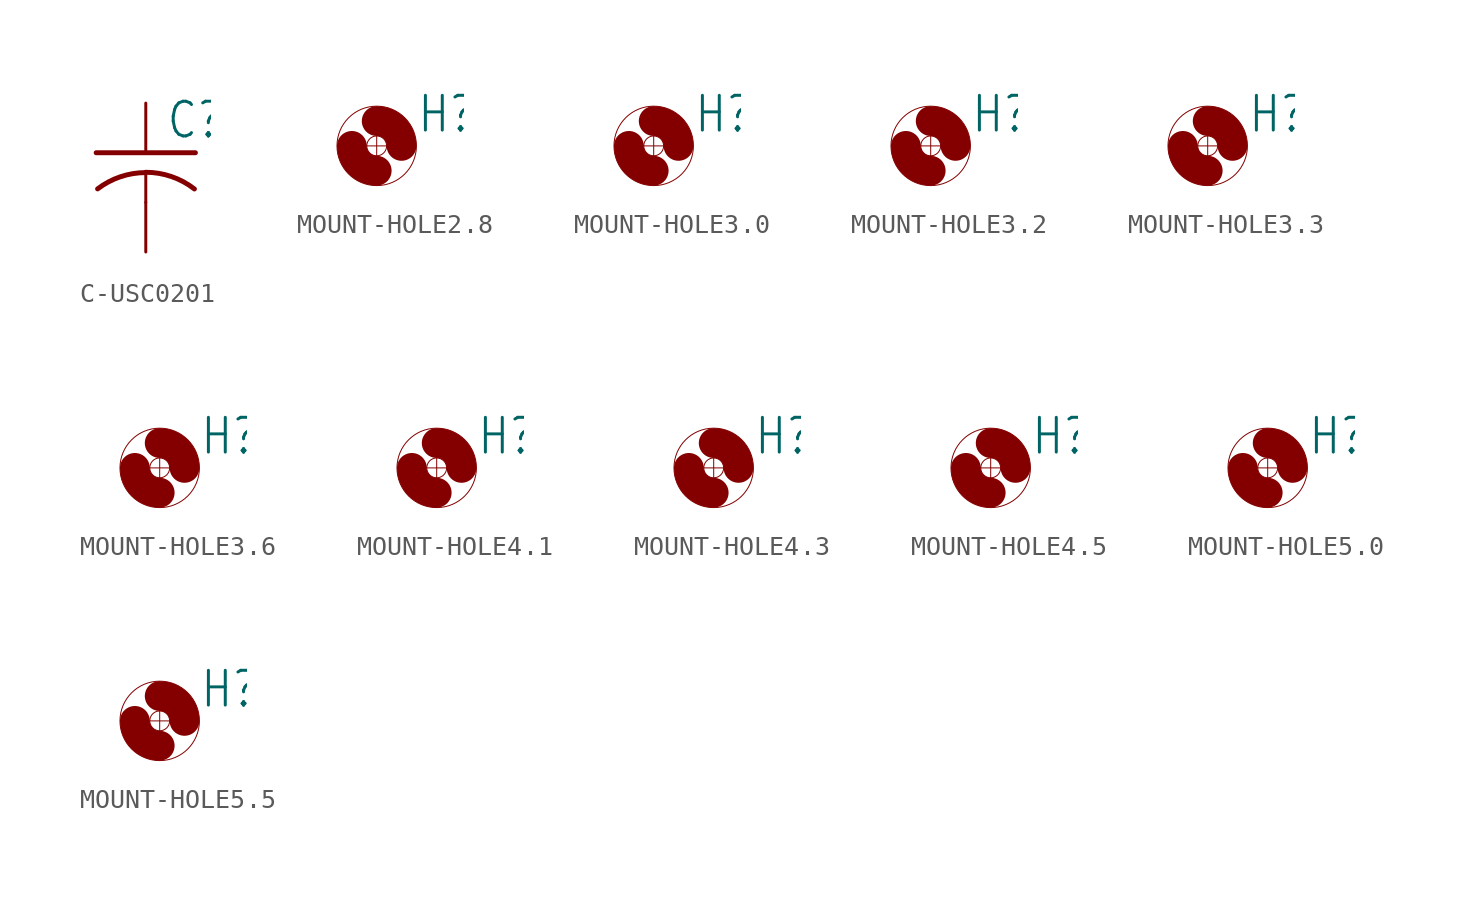
<source format=kicad_sym>
(kicad_symbol_lib
  (version 20241209)
  (generator "kicad_symbol_editor")
  (generator_version "9.0")
  (symbol "C-USC0201"
    (property "Reference" "C"
      (at 1.016 0.635 0)
      (effects (font (size 1.778 1.511)) (justify left bottom)))
    (property "Value" ""
      (at 1.016 -4.191 0)
      (effects (font (size 1.778 1.511)) (justify left bottom)))
    (property "ki_locked" ""
      (at 0 0 0)
      (effects (font (size 1.27 1.27))))
    (symbol "C-USC0201_1_0"
      (polyline (pts (xy -2.54 0) (xy 2.54 0)) (stroke (width 0.254) (type solid)) (fill (type none)))
      (polyline (pts (xy 0 -1.016) (xy 0 -2.54)) (stroke (width 0.152) (type solid)) (fill (type none)))
      (arc (start 0 -1) (mid 1.3158 -1.2195) (end 2.4892 -1.8541) (stroke (width 0.254) (type solid)) (fill (type none)))
      (arc (start -2.4668 -1.8504) (mid -1.302 -1.2303) (end 0 -1.0161) (stroke (width 0.254) (type solid)) (fill (type none)))
      (pin passive line (at 0 2.54 270) (length 2.54) (name "1" (effects (font (size 0 0)))) (number "1" (effects (font (size 0 0)))))
      (pin passive line (at 0 -5.08 90) (length 2.54) (name "2" (effects (font (size 0 0)))) (number "2" (effects (font (size 0 0)))))))
  (symbol "MOUNT-HOLE2.8"
    (property "Reference" "H"
      (at 2.032 0.584 0)
      (effects (font (size 1.778 1.511)) (justify left bottom)))
    (property "Value" ""
      (at 2.032 -2.464 0)
      (effects (font (size 1.778 1.511)) (justify left bottom)))
    (property "ki_locked" ""
      (at 0 0 0)
      (effects (font (size 1.27 1.27))))
    (symbol "MOUNT-HOLE2.8_1_0"
      (polyline (pts (xy -0.508 0) (xy 0.508 0)) (stroke (width 0.051) (type solid)) (fill (type none)))
      (polyline (pts (xy 0 0.508) (xy 0 -0.508)) (stroke (width 0.051) (type solid)) (fill (type none)))
      (arc (start 0 1.27) (mid 0.898 0.898) (end 1.27 0) (stroke (width 1.524) (type solid)) (fill (type none)))
      (circle (center 0 0) (radius 0.508) (stroke (width 0.051) (type solid)) (fill (type none)))
      (circle (center 0 0) (radius 2.032) (stroke (width 0.051) (type solid)) (fill (type none)))
      (arc (start 0 -1.27) (mid -0.898 -0.898) (end -1.27 0) (stroke (width 1.524) (type solid)) (fill (type none)))))
  (symbol "MOUNT-HOLE3.0"
    (property "Reference" "H"
      (at 2.032 0.584 0)
      (effects (font (size 1.778 1.511)) (justify left bottom)))
    (property "Value" ""
      (at 2.032 -2.464 0)
      (effects (font (size 1.778 1.511)) (justify left bottom)))
    (property "ki_locked" ""
      (at 0 0 0)
      (effects (font (size 1.27 1.27))))
    (symbol "MOUNT-HOLE3.0_1_0"
      (polyline (pts (xy -0.508 0) (xy 0.508 0)) (stroke (width 0.051) (type solid)) (fill (type none)))
      (polyline (pts (xy 0 0.508) (xy 0 -0.508)) (stroke (width 0.051) (type solid)) (fill (type none)))
      (arc (start 0 1.27) (mid 0.898 0.898) (end 1.27 0) (stroke (width 1.524) (type solid)) (fill (type none)))
      (circle (center 0 0) (radius 0.508) (stroke (width 0.051) (type solid)) (fill (type none)))
      (circle (center 0 0) (radius 2.032) (stroke (width 0.051) (type solid)) (fill (type none)))
      (arc (start 0 -1.27) (mid -0.898 -0.898) (end -1.27 0) (stroke (width 1.524) (type solid)) (fill (type none)))))
  (symbol "MOUNT-HOLE3.2"
    (property "Reference" "H"
      (at 2.032 0.584 0)
      (effects (font (size 1.778 1.511)) (justify left bottom)))
    (property "Value" ""
      (at 2.032 -2.464 0)
      (effects (font (size 1.778 1.511)) (justify left bottom)))
    (property "ki_locked" ""
      (at 0 0 0)
      (effects (font (size 1.27 1.27))))
    (symbol "MOUNT-HOLE3.2_1_0"
      (polyline (pts (xy -0.508 0) (xy 0.508 0)) (stroke (width 0.051) (type solid)) (fill (type none)))
      (polyline (pts (xy 0 0.508) (xy 0 -0.508)) (stroke (width 0.051) (type solid)) (fill (type none)))
      (arc (start 0 1.27) (mid 0.898 0.898) (end 1.27 0) (stroke (width 1.524) (type solid)) (fill (type none)))
      (circle (center 0 0) (radius 0.508) (stroke (width 0.051) (type solid)) (fill (type none)))
      (circle (center 0 0) (radius 2.032) (stroke (width 0.051) (type solid)) (fill (type none)))
      (arc (start 0 -1.27) (mid -0.898 -0.898) (end -1.27 0) (stroke (width 1.524) (type solid)) (fill (type none)))))
  (symbol "MOUNT-HOLE3.3"
    (property "Reference" "H"
      (at 2.032 0.584 0)
      (effects (font (size 1.778 1.511)) (justify left bottom)))
    (property "Value" ""
      (at 2.032 -2.464 0)
      (effects (font (size 1.778 1.511)) (justify left bottom)))
    (property "ki_locked" ""
      (at 0 0 0)
      (effects (font (size 1.27 1.27))))
    (symbol "MOUNT-HOLE3.3_1_0"
      (polyline (pts (xy -0.508 0) (xy 0.508 0)) (stroke (width 0.051) (type solid)) (fill (type none)))
      (polyline (pts (xy 0 0.508) (xy 0 -0.508)) (stroke (width 0.051) (type solid)) (fill (type none)))
      (arc (start 0 1.27) (mid 0.898 0.898) (end 1.27 0) (stroke (width 1.524) (type solid)) (fill (type none)))
      (circle (center 0 0) (radius 0.508) (stroke (width 0.051) (type solid)) (fill (type none)))
      (circle (center 0 0) (radius 2.032) (stroke (width 0.051) (type solid)) (fill (type none)))
      (arc (start 0 -1.27) (mid -0.898 -0.898) (end -1.27 0) (stroke (width 1.524) (type solid)) (fill (type none)))))
  (symbol "MOUNT-HOLE3.6"
    (property "Reference" "H"
      (at 2.032 0.584 0)
      (effects (font (size 1.778 1.511)) (justify left bottom)))
    (property "Value" ""
      (at 2.032 -2.464 0)
      (effects (font (size 1.778 1.511)) (justify left bottom)))
    (property "ki_locked" ""
      (at 0 0 0)
      (effects (font (size 1.27 1.27))))
    (symbol "MOUNT-HOLE3.6_1_0"
      (polyline (pts (xy -0.508 0) (xy 0.508 0)) (stroke (width 0.051) (type solid)) (fill (type none)))
      (polyline (pts (xy 0 0.508) (xy 0 -0.508)) (stroke (width 0.051) (type solid)) (fill (type none)))
      (arc (start 0 1.27) (mid 0.898 0.898) (end 1.27 0) (stroke (width 1.524) (type solid)) (fill (type none)))
      (circle (center 0 0) (radius 0.508) (stroke (width 0.051) (type solid)) (fill (type none)))
      (circle (center 0 0) (radius 2.032) (stroke (width 0.051) (type solid)) (fill (type none)))
      (arc (start 0 -1.27) (mid -0.898 -0.898) (end -1.27 0) (stroke (width 1.524) (type solid)) (fill (type none)))))
  (symbol "MOUNT-HOLE4.1"
    (property "Reference" "H"
      (at 2.032 0.584 0)
      (effects (font (size 1.778 1.511)) (justify left bottom)))
    (property "Value" ""
      (at 2.032 -2.464 0)
      (effects (font (size 1.778 1.511)) (justify left bottom)))
    (property "ki_locked" ""
      (at 0 0 0)
      (effects (font (size 1.27 1.27))))
    (symbol "MOUNT-HOLE4.1_1_0"
      (polyline (pts (xy -0.508 0) (xy 0.508 0)) (stroke (width 0.051) (type solid)) (fill (type none)))
      (polyline (pts (xy 0 0.508) (xy 0 -0.508)) (stroke (width 0.051) (type solid)) (fill (type none)))
      (arc (start 0 1.27) (mid 0.898 0.898) (end 1.27 0) (stroke (width 1.524) (type solid)) (fill (type none)))
      (circle (center 0 0) (radius 0.508) (stroke (width 0.051) (type solid)) (fill (type none)))
      (circle (center 0 0) (radius 2.032) (stroke (width 0.051) (type solid)) (fill (type none)))
      (arc (start 0 -1.27) (mid -0.898 -0.898) (end -1.27 0) (stroke (width 1.524) (type solid)) (fill (type none)))))
  (symbol "MOUNT-HOLE4.3"
    (property "Reference" "H"
      (at 2.032 0.584 0)
      (effects (font (size 1.778 1.511)) (justify left bottom)))
    (property "Value" ""
      (at 2.032 -2.464 0)
      (effects (font (size 1.778 1.511)) (justify left bottom)))
    (property "ki_locked" ""
      (at 0 0 0)
      (effects (font (size 1.27 1.27))))
    (symbol "MOUNT-HOLE4.3_1_0"
      (polyline (pts (xy -0.508 0) (xy 0.508 0)) (stroke (width 0.051) (type solid)) (fill (type none)))
      (polyline (pts (xy 0 0.508) (xy 0 -0.508)) (stroke (width 0.051) (type solid)) (fill (type none)))
      (arc (start 0 1.27) (mid 0.898 0.898) (end 1.27 0) (stroke (width 1.524) (type solid)) (fill (type none)))
      (circle (center 0 0) (radius 0.508) (stroke (width 0.051) (type solid)) (fill (type none)))
      (circle (center 0 0) (radius 2.032) (stroke (width 0.051) (type solid)) (fill (type none)))
      (arc (start 0 -1.27) (mid -0.898 -0.898) (end -1.27 0) (stroke (width 1.524) (type solid)) (fill (type none)))))
  (symbol "MOUNT-HOLE4.5"
    (property "Reference" "H"
      (at 2.032 0.584 0)
      (effects (font (size 1.778 1.511)) (justify left bottom)))
    (property "Value" ""
      (at 2.032 -2.464 0)
      (effects (font (size 1.778 1.511)) (justify left bottom)))
    (property "ki_locked" ""
      (at 0 0 0)
      (effects (font (size 1.27 1.27))))
    (symbol "MOUNT-HOLE4.5_1_0"
      (polyline (pts (xy -0.508 0) (xy 0.508 0)) (stroke (width 0.051) (type solid)) (fill (type none)))
      (polyline (pts (xy 0 0.508) (xy 0 -0.508)) (stroke (width 0.051) (type solid)) (fill (type none)))
      (arc (start 0 1.27) (mid 0.898 0.898) (end 1.27 0) (stroke (width 1.524) (type solid)) (fill (type none)))
      (circle (center 0 0) (radius 0.508) (stroke (width 0.051) (type solid)) (fill (type none)))
      (circle (center 0 0) (radius 2.032) (stroke (width 0.051) (type solid)) (fill (type none)))
      (arc (start 0 -1.27) (mid -0.898 -0.898) (end -1.27 0) (stroke (width 1.524) (type solid)) (fill (type none)))))
  (symbol "MOUNT-HOLE5.0"
    (property "Reference" "H"
      (at 2.032 0.584 0)
      (effects (font (size 1.778 1.511)) (justify left bottom)))
    (property "Value" ""
      (at 2.032 -2.464 0)
      (effects (font (size 1.778 1.511)) (justify left bottom)))
    (property "ki_locked" ""
      (at 0 0 0)
      (effects (font (size 1.27 1.27))))
    (symbol "MOUNT-HOLE5.0_1_0"
      (polyline (pts (xy -0.508 0) (xy 0.508 0)) (stroke (width 0.051) (type solid)) (fill (type none)))
      (polyline (pts (xy 0 0.508) (xy 0 -0.508)) (stroke (width 0.051) (type solid)) (fill (type none)))
      (arc (start 0 1.27) (mid 0.898 0.898) (end 1.27 0) (stroke (width 1.524) (type solid)) (fill (type none)))
      (circle (center 0 0) (radius 0.508) (stroke (width 0.051) (type solid)) (fill (type none)))
      (circle (center 0 0) (radius 2.032) (stroke (width 0.051) (type solid)) (fill (type none)))
      (arc (start 0 -1.27) (mid -0.898 -0.898) (end -1.27 0) (stroke (width 1.524) (type solid)) (fill (type none)))))
  (symbol "MOUNT-HOLE5.5"
    (property "Reference" "H"
      (at 2.032 0.584 0)
      (effects (font (size 1.778 1.511)) (justify left bottom)))
    (property "Value" ""
      (at 2.032 -2.464 0)
      (effects (font (size 1.778 1.511)) (justify left bottom)))
    (property "ki_locked" ""
      (at 0 0 0)
      (effects (font (size 1.27 1.27))))
    (symbol "MOUNT-HOLE5.5_1_0"
      (polyline (pts (xy -0.508 0) (xy 0.508 0)) (stroke (width 0.051) (type solid)) (fill (type none)))
      (polyline (pts (xy 0 0.508) (xy 0 -0.508)) (stroke (width 0.051) (type solid)) (fill (type none)))
      (arc (start 0 1.27) (mid 0.898 0.898) (end 1.27 0) (stroke (width 1.524) (type solid)) (fill (type none)))
      (circle (center 0 0) (radius 0.508) (stroke (width 0.051) (type solid)) (fill (type none)))
      (circle (center 0 0) (radius 2.032) (stroke (width 0.051) (type solid)) (fill (type none)))
      (arc (start 0 -1.27) (mid -0.898 -0.898) (end -1.27 0) (stroke (width 1.524) (type solid)) (fill (type none))))))
</source>
